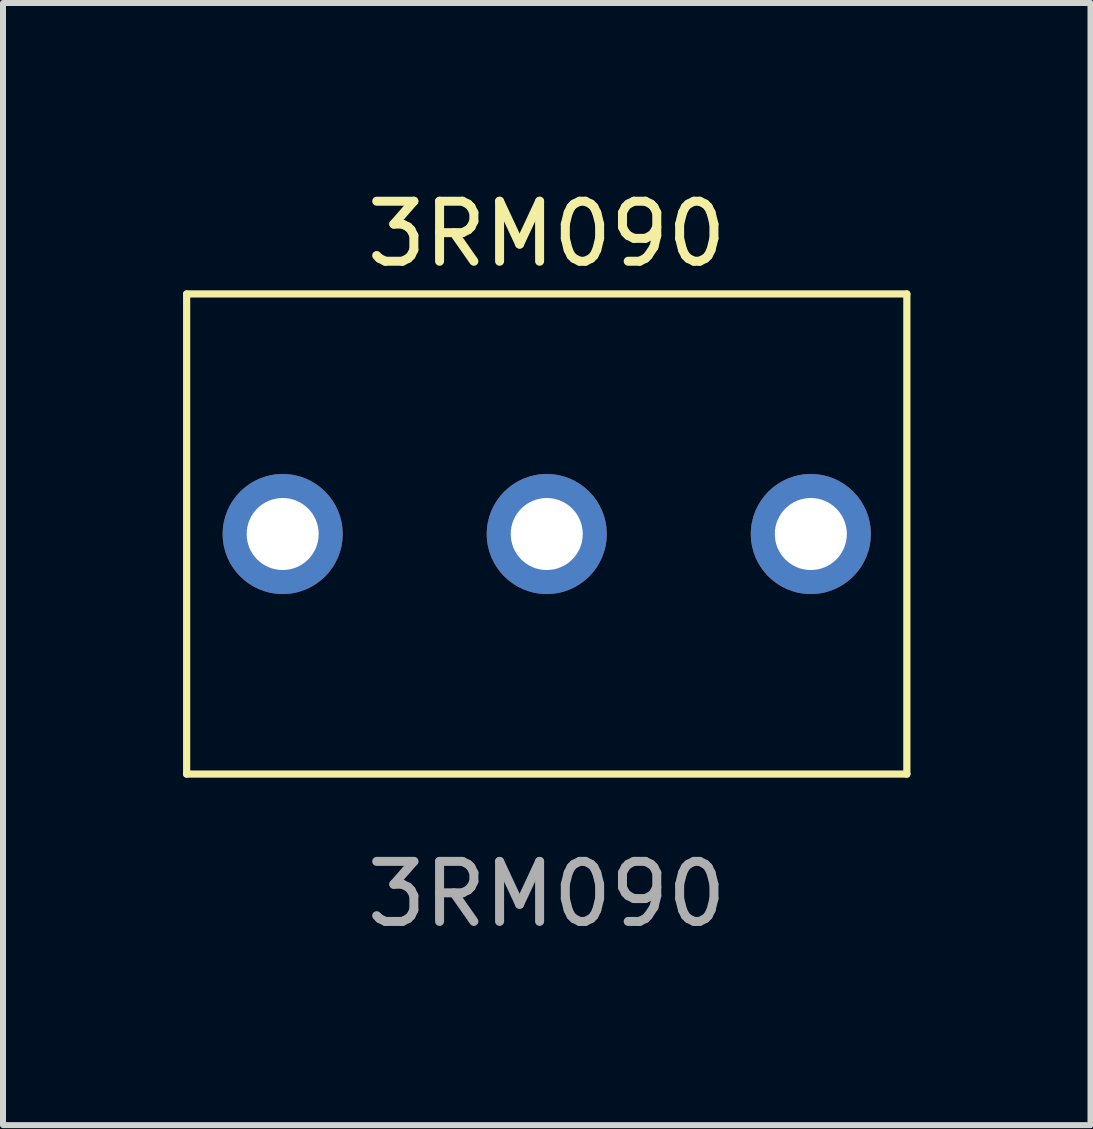
<source format=kicad_pcb>
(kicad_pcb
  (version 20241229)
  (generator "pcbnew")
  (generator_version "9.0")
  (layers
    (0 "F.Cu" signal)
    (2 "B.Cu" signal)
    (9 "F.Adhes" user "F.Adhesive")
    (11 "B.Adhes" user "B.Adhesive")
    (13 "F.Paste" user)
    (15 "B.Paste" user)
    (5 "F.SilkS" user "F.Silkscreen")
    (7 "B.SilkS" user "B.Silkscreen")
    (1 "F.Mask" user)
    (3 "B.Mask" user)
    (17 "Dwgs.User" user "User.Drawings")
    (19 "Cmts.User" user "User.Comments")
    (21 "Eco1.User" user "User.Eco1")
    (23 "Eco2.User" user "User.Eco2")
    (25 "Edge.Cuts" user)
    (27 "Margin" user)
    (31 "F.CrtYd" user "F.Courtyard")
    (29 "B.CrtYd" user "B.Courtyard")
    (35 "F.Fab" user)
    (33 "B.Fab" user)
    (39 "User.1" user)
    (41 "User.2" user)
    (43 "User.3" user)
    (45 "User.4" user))
  (footprint "3RM090"
    (layer "F.Cu")
    (at 6.06 5.848)
    (property "Reference" "3RM090" (at 0 -5 0) (unlocked yes) (layer "F.SilkS") (effects (font (size 1 1) (thickness 0.15))))
    (attr through_hole)
    (fp_line (start -6 -4) (end 6 -4) (stroke (width 0.12) (type solid)) (layer "F.SilkS"))
    (fp_line (start -6 4) (end -6 -4) (stroke (width 0.12) (type solid)) (layer "F.SilkS"))
    (fp_line (start 6 -4) (end 6 4) (stroke (width 0.12) (type solid)) (layer "F.SilkS"))
    (fp_line (start 6 4) (end -6 4) (stroke (width 0.12) (type solid)) (layer "F.SilkS"))
    (fp_text user "${REFERENCE}" (at 0 6 0) (unlocked yes) (layer "F.Fab") (effects (font (size 1 1) (thickness 0.15))))
    (pad "1" thru_hole circle (at -4.4 0) (size 2 2) (drill 1.2) (layers "*.Cu" "*.Mask"))
    (pad "2" thru_hole circle (at 0 0) (size 2 2) (drill 1.2) (layers "*.Cu" "*.Mask"))
    (pad "3" thru_hole circle (at 4.4 0) (size 2 2) (drill 1.2) (layers "*.Cu" "*.Mask")))
  (gr_rect
    (start -3 -3)
    (end 15.12 15.697)
    (stroke (width 0.1) (type default))
    (fill no)
    (layer "Edge.Cuts")))
</source>
